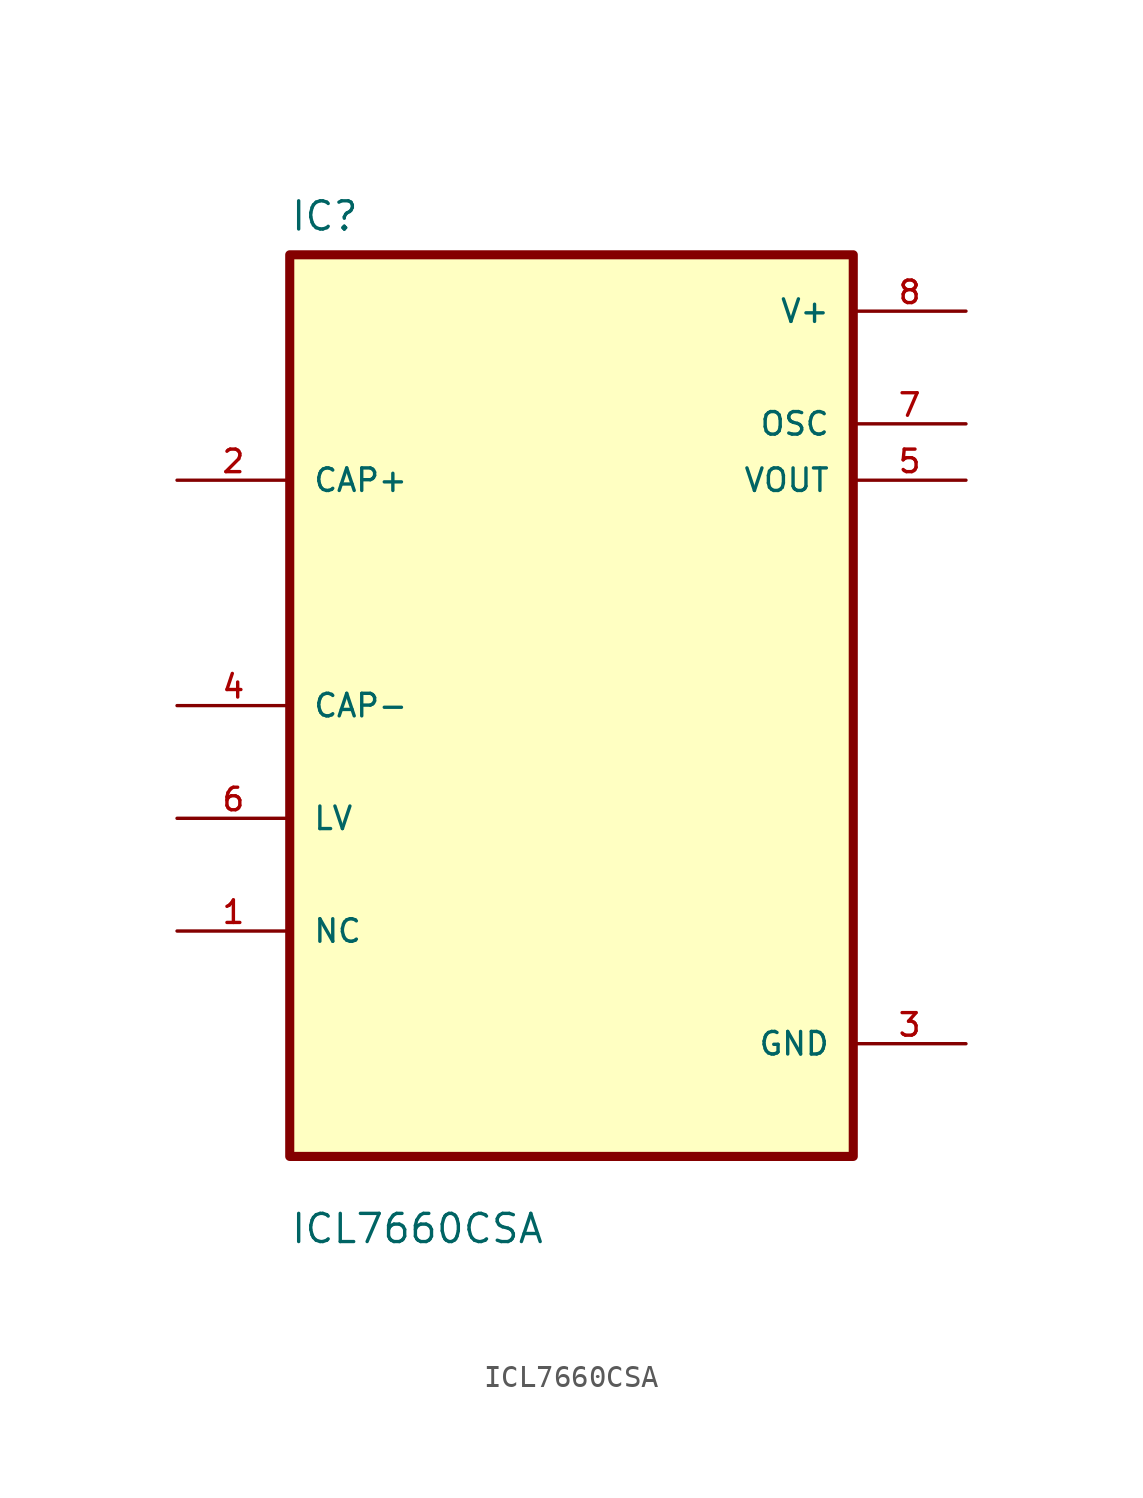
<source format=kicad_sym>
(kicad_symbol_lib
  (version 20211014)
  (generator kicad_symbol_editor)
  (symbol "ICL7660CSA"
    (pin_names
      (offset 1.016))
    (property "Reference" "IC"
      (at -12.7 21.32 0.0)
      (effects (font (size 1.27 1.27)) (justify bottom left)))
    (property "Value" "ICL7660CSA"
      (at -12.7 -24.32 0.0)
      (effects (font (size 1.27 1.27)) (justify bottom left)))
    (symbol "ICL7660CSA_0_0"
      (rectangle (start -12.7 -20.32) (end 12.7 20.32) (stroke (width 0.41)) (fill (type background)))
      (pin bidirectional line (at -17.78 10.16 0) (length 5.08) (name "CAP+" (effects (font (size 1.016 1.016)))) (number "2" (effects (font (size 1.016 1.016)))))
      (pin bidirectional line (at -17.78 0.0 0) (length 5.08) (name "CAP-" (effects (font (size 1.016 1.016)))) (number "4" (effects (font (size 1.016 1.016)))))
      (pin bidirectional line (at -17.78 -5.08 0) (length 5.08) (name "LV" (effects (font (size 1.016 1.016)))) (number "6" (effects (font (size 1.016 1.016)))))
      (pin bidirectional line (at -17.78 -10.16 0) (length 5.08) (name "NC" (effects (font (size 1.016 1.016)))) (number "1" (effects (font (size 1.016 1.016)))))
      (pin power_in line (at 17.78 17.78 180.0) (length 5.08) (name "V+" (effects (font (size 1.016 1.016)))) (number "8" (effects (font (size 1.016 1.016)))))
      (pin output line (at 17.78 12.7 180.0) (length 5.08) (name "OSC" (effects (font (size 1.016 1.016)))) (number "7" (effects (font (size 1.016 1.016)))))
      (pin output line (at 17.78 10.16 180.0) (length 5.08) (name "VOUT" (effects (font (size 1.016 1.016)))) (number "5" (effects (font (size 1.016 1.016)))))
      (pin power_in line (at 17.78 -15.24 180.0) (length 5.08) (name "GND" (effects (font (size 1.016 1.016)))) (number "3" (effects (font (size 1.016 1.016))))))))
</source>
